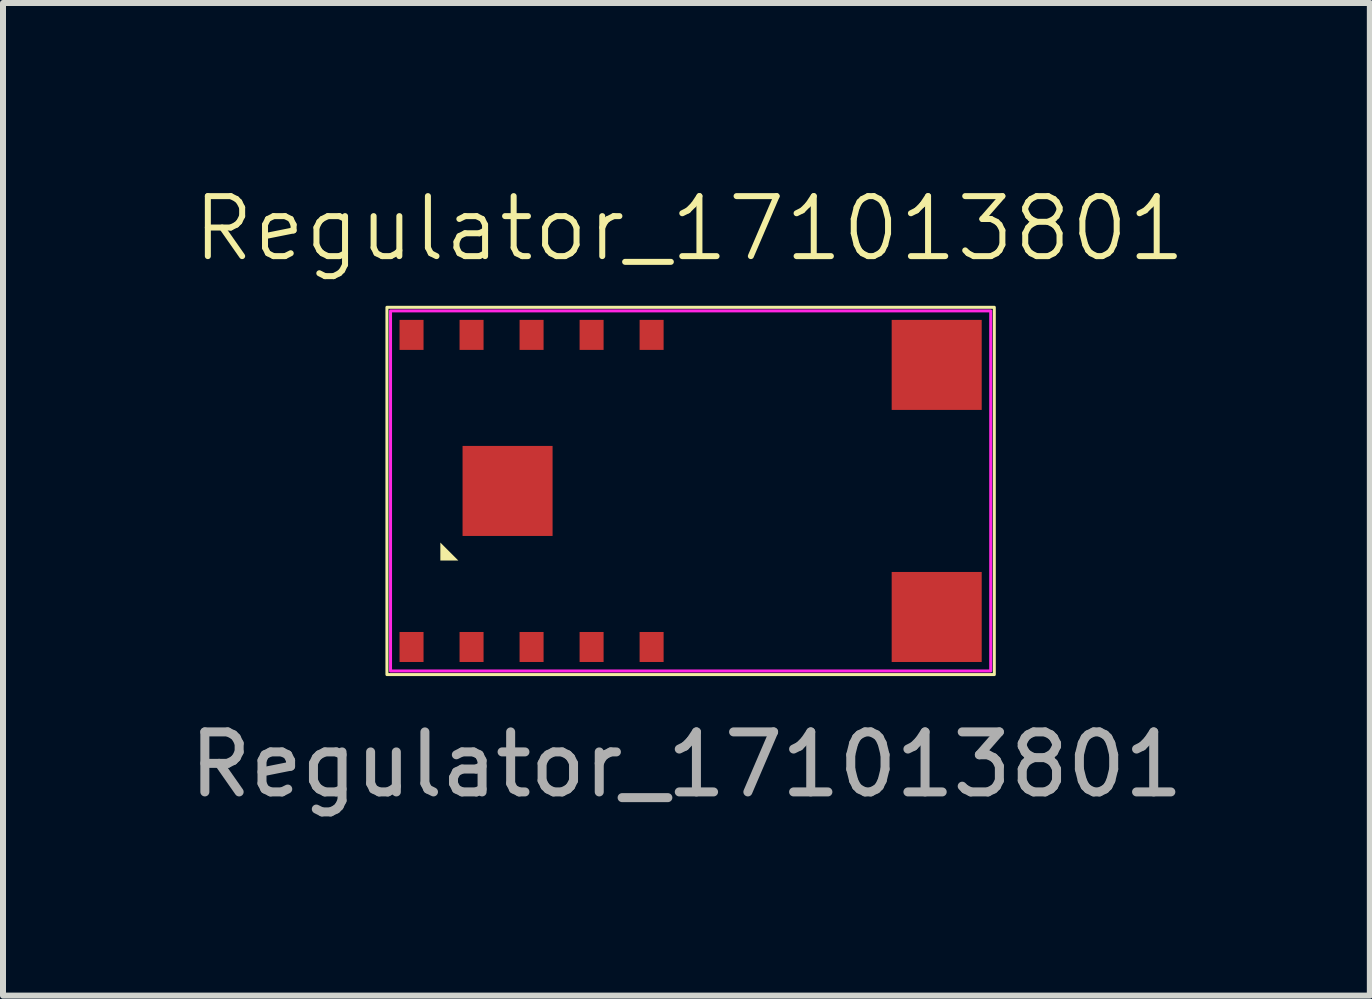
<source format=kicad_pcb>
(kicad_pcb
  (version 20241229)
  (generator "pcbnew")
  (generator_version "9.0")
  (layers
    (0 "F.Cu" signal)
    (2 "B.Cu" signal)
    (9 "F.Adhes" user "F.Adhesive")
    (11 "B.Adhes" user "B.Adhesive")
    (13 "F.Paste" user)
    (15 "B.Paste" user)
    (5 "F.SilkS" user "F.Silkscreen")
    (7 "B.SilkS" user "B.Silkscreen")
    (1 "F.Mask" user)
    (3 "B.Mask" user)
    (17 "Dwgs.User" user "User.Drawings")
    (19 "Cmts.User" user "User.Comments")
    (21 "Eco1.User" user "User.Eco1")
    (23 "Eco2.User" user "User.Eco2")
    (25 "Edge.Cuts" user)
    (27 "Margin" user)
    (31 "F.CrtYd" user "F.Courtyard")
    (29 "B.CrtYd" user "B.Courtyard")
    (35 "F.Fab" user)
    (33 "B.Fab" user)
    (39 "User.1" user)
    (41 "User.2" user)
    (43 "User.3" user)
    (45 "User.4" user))
  (footprint "Regulator_171013801"
    (layer "F.Cu")
    (at 8.447 5.09)
    (property "Reference" "Regulator_171013801" (at -0.01 -4.33 0) (unlocked yes) (layer "F.SilkS") (effects (font (size 1 1) (thickness 0.1))))
    (attr smd)
    (fp_rect (start -5.05 -3.02) (end 5.07 3.1) (stroke (width 0.05) (type default)) (fill no) (layer "F.SilkS"))
    (fp_poly (pts (xy -4.16 0.9) (xy -4.16 1.2) (xy -3.86 1.2)) (stroke (width 0) (type solid)) (fill yes) (layer "F.SilkS"))
    (fp_rect (start -4.99 -2.96) (end 5.01 3.04) (stroke (width 0.05) (type default)) (fill no) (layer "F.CrtYd"))
    (fp_text user "${REFERENCE}" (at -0.06 4.6 0) (unlocked yes) (layer "F.Fab") (effects (font (size 1 1) (thickness 0.15))))
    (pad "1" smd rect (at -4.64 2.64) (size 0.4 0.5) (layers "F.Cu" "F.Mask" "F.Paste"))
    (pad "2" smd rect (at -3.64 2.64) (size 0.4 0.5) (layers "F.Cu" "F.Mask" "F.Paste"))
    (pad "3" smd rect (at -2.64 2.64) (size 0.4 0.5) (layers "F.Cu" "F.Mask" "F.Paste"))
    (pad "4" smd rect (at -1.64 2.64) (size 0.4 0.5) (layers "F.Cu" "F.Mask" "F.Paste"))
    (pad "5" smd rect (at -0.64 2.64) (size 0.4 0.5) (layers "F.Cu" "F.Mask" "F.Paste"))
    (pad "6" smd rect (at 4.11 2.14) (size 1.5 1.5) (layers "F.Cu" "F.Mask" "F.Paste"))
    (pad "7" smd rect (at 4.11 -2.06) (size 1.5 1.5) (layers "F.Cu" "F.Mask" "F.Paste"))
    (pad "8" smd rect (at -0.64 -2.56) (size 0.4 0.5) (layers "F.Cu" "F.Mask" "F.Paste"))
    (pad "9" smd rect (at -1.64 -2.56) (size 0.4 0.5) (layers "F.Cu" "F.Mask" "F.Paste"))
    (pad "10" smd rect (at -2.64 -2.56) (size 0.4 0.5) (layers "F.Cu" "F.Mask" "F.Paste"))
    (pad "11" smd rect (at -3.64 -2.56) (size 0.4 0.5) (layers "F.Cu" "F.Mask" "F.Paste"))
    (pad "12" smd rect (at -4.64 -2.56) (size 0.4 0.5) (layers "F.Cu" "F.Mask" "F.Paste"))
    (pad "13" smd rect (at -3.04 0.04) (size 1.5 1.5) (layers "F.Cu" "F.Mask" "F.Paste")))
  (gr_rect
    (start -3 -3)
    (end 19.774 13.539)
    (stroke (width 0.1) (type default))
    (fill no)
    (layer "Edge.Cuts")))
</source>
